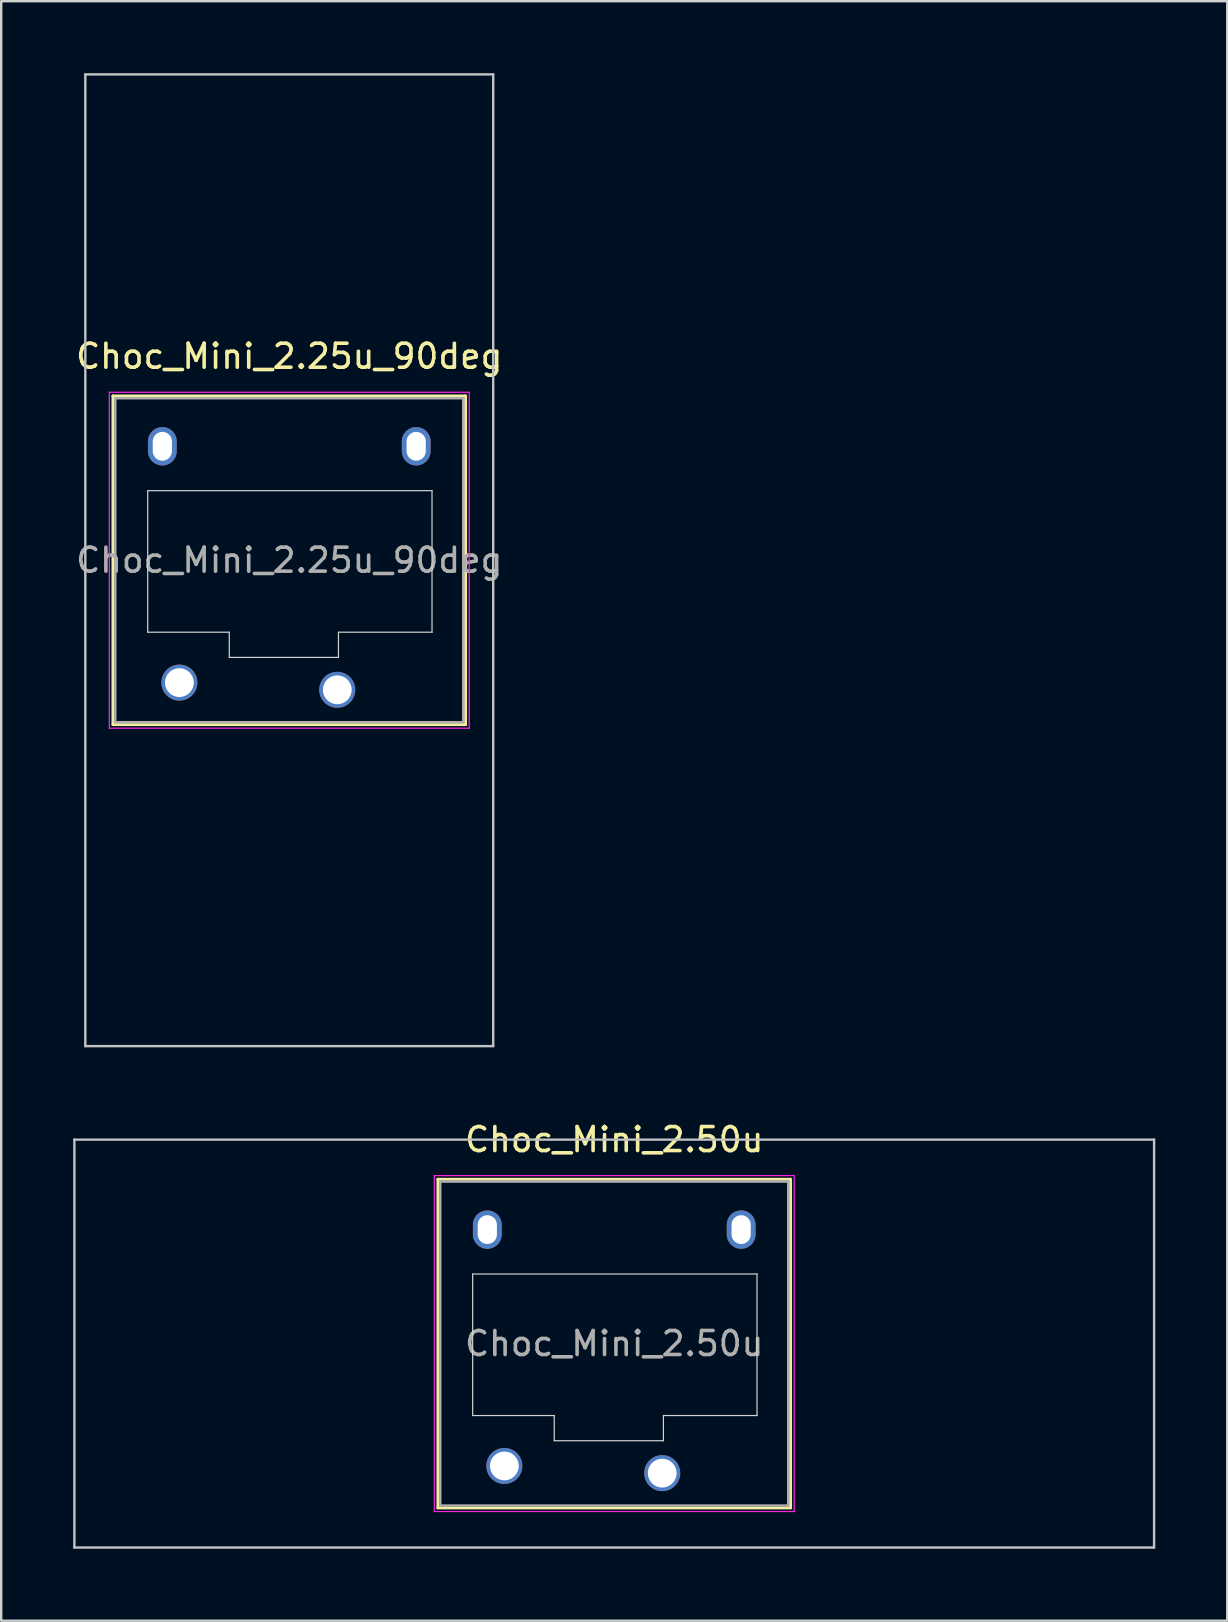
<source format=kicad_pcb>
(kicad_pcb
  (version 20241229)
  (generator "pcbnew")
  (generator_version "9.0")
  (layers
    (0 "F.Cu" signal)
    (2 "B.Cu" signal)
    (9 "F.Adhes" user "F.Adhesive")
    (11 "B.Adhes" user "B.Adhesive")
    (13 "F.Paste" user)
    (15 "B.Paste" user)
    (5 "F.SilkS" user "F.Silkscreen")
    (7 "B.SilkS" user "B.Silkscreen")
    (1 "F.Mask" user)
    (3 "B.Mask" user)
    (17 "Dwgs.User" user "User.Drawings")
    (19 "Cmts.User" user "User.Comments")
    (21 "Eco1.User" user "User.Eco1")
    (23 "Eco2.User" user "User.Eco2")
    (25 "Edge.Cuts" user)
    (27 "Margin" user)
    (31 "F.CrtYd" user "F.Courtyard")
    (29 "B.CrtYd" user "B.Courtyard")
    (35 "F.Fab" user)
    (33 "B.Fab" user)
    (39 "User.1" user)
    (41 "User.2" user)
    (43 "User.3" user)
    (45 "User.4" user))
  (footprint "Choc_Mini_2.25u_90deg"
    (layer "F.Cu")
    (at 9.006 20.3)
    (property "Reference" "Choc_Mini_2.25u_90deg" (at 0 -8.5 0) (layer "F.SilkS") (effects (font (size 1 1) (thickness 0.15))))
    (attr through_hole)
    (fp_line (start -7.35 -6.85) (end -7.35 6.85) (stroke (width 0.12) (type solid)) (layer "F.SilkS"))
    (fp_line (start -7.35 6.85) (end 7.35 6.85) (stroke (width 0.12) (type solid)) (layer "F.SilkS"))
    (fp_line (start 7.35 -6.85) (end -7.35 -6.85) (stroke (width 0.12) (type solid)) (layer "F.SilkS"))
    (fp_line (start 7.35 6.85) (end 7.35 -6.85) (stroke (width 0.12) (type solid)) (layer "F.SilkS"))
    (fp_line (start -8.5 -20.25) (end 8.5 -20.25) (stroke (width 0.1) (type solid)) (layer "Dwgs.User"))
    (fp_line (start -8.5 20.25) (end -8.5 -20.25) (stroke (width 0.1) (type solid)) (layer "Dwgs.User"))
    (fp_line (start 8.5 -20.25) (end 8.5 20.25) (stroke (width 0.1) (type solid)) (layer "Dwgs.User"))
    (fp_line (start 8.5 20.25) (end -8.5 20.25) (stroke (width 0.1) (type solid)) (layer "Dwgs.User"))
    (fp_line (start -6.85 -6.35) (end -6.85 6.35) (stroke (width 0.1) (type solid)) (layer "Eco1.User"))
    (fp_line (start -6.85 6.35) (end 6.85 6.35) (stroke (width 0.1) (type solid)) (layer "Eco1.User"))
    (fp_line (start 6.85 -6.35) (end -6.85 -6.35) (stroke (width 0.1) (type solid)) (layer "Eco1.User"))
    (fp_line (start 6.85 6.35) (end 6.85 -6.35) (stroke (width 0.1) (type solid)) (layer "Eco1.User"))
    (fp_line (start -5.9 -2.9) (end -5.9 3) (stroke (width 0.05) (type solid)) (layer "Edge.Cuts"))
    (fp_line (start -5.9 3) (end -2.5 3) (stroke (width 0.05) (type solid)) (layer "Edge.Cuts"))
    (fp_line (start -2.5 3) (end -2.5 4.05) (stroke (width 0.05) (type solid)) (layer "Edge.Cuts"))
    (fp_line (start -2.5 4.05) (end 2.05 4.05) (stroke (width 0.05) (type solid)) (layer "Edge.Cuts"))
    (fp_line (start 2.05 3) (end 5.95 3) (stroke (width 0.05) (type solid)) (layer "Edge.Cuts"))
    (fp_line (start 2.05 4.05) (end 2.05 3) (stroke (width 0.05) (type solid)) (layer "Edge.Cuts"))
    (fp_line (start 5.95 -2.9) (end -5.9 -2.9) (stroke (width 0.05) (type solid)) (layer "Edge.Cuts"))
    (fp_line (start 5.95 3) (end 5.95 -2.9) (stroke (width 0.05) (type solid)) (layer "Edge.Cuts"))
    (fp_line (start -7.5 -7) (end -7.5 7) (stroke (width 0.05) (type solid)) (layer "F.CrtYd"))
    (fp_line (start -7.5 7) (end 7.5 7) (stroke (width 0.05) (type solid)) (layer "F.CrtYd"))
    (fp_line (start 7.5 -7) (end -7.5 -7) (stroke (width 0.05) (type solid)) (layer "F.CrtYd"))
    (fp_line (start 7.5 7) (end 7.5 -7) (stroke (width 0.05) (type solid)) (layer "F.CrtYd"))
    (fp_line (start -7.25 -6.75) (end -7.25 6.75) (stroke (width 0.1) (type solid)) (layer "F.Fab"))
    (fp_line (start -7.25 6.75) (end 7.25 6.75) (stroke (width 0.1) (type solid)) (layer "F.Fab"))
    (fp_line (start 7.25 -6.75) (end -7.25 -6.75) (stroke (width 0.1) (type solid)) (layer "F.Fab"))
    (fp_line (start 7.25 6.75) (end 7.25 -6.75) (stroke (width 0.1) (type solid)) (layer "F.Fab"))
    (fp_text user "${REFERENCE}" (at 0 0 0) (layer "F.Fab") (effects (font (size 1 1) (thickness 0.15))))
    (pad "" np_thru_hole oval (at -5.29 -4.75) (size 1.2 1.6) (drill oval 0.8 1.2) (layers "*.Cu" "*.Mask"))
    (pad "" np_thru_hole oval (at 5.29 -4.75) (size 1.2 1.6) (drill oval 0.8 1.2) (layers "*.Cu" "*.Mask"))
    (pad "1" thru_hole circle (at 2 5.4) (size 1.5 1.5) (drill 1.2) (layers "*.Cu" "*.Mask"))
    (pad "2" thru_hole circle (at -4.58 5.1) (size 1.5 1.5) (drill 1.2) (layers "*.Cu" "*.Mask")))
  (footprint "Choc_Mini_2.50u"
    (layer "F.Cu")
    (at 22.55 52.948)
    (property "Reference" "Choc_Mini_2.50u" (at 0 -8.5 0) (layer "F.SilkS") (effects (font (size 1 1) (thickness 0.15))))
    (attr through_hole)
    (fp_line (start -7.35 -6.85) (end -7.35 6.85) (stroke (width 0.12) (type solid)) (layer "F.SilkS"))
    (fp_line (start -7.35 6.85) (end 7.35 6.85) (stroke (width 0.12) (type solid)) (layer "F.SilkS"))
    (fp_line (start 7.35 -6.85) (end -7.35 -6.85) (stroke (width 0.12) (type solid)) (layer "F.SilkS"))
    (fp_line (start 7.35 6.85) (end 7.35 -6.85) (stroke (width 0.12) (type solid)) (layer "F.SilkS"))
    (fp_line (start -22.5 -8.5) (end -22.5 8.5) (stroke (width 0.1) (type solid)) (layer "Dwgs.User"))
    (fp_line (start -22.5 8.5) (end 22.5 8.5) (stroke (width 0.1) (type solid)) (layer "Dwgs.User"))
    (fp_line (start 22.5 -8.5) (end -22.5 -8.5) (stroke (width 0.1) (type solid)) (layer "Dwgs.User"))
    (fp_line (start 22.5 8.5) (end 22.5 -8.5) (stroke (width 0.1) (type solid)) (layer "Dwgs.User"))
    (fp_line (start -6.85 -6.35) (end -6.85 6.35) (stroke (width 0.1) (type solid)) (layer "Eco1.User"))
    (fp_line (start -6.85 6.35) (end 6.85 6.35) (stroke (width 0.1) (type solid)) (layer "Eco1.User"))
    (fp_line (start 6.85 -6.35) (end -6.85 -6.35) (stroke (width 0.1) (type solid)) (layer "Eco1.User"))
    (fp_line (start 6.85 6.35) (end 6.85 -6.35) (stroke (width 0.1) (type solid)) (layer "Eco1.User"))
    (fp_line (start -5.9 -2.9) (end -5.9 3) (stroke (width 0.05) (type solid)) (layer "Edge.Cuts"))
    (fp_line (start -5.9 3) (end -2.5 3) (stroke (width 0.05) (type solid)) (layer "Edge.Cuts"))
    (fp_line (start -2.5 3) (end -2.5 4.05) (stroke (width 0.05) (type solid)) (layer "Edge.Cuts"))
    (fp_line (start -2.5 4.05) (end 2.05 4.05) (stroke (width 0.05) (type solid)) (layer "Edge.Cuts"))
    (fp_line (start 2.05 3) (end 5.95 3) (stroke (width 0.05) (type solid)) (layer "Edge.Cuts"))
    (fp_line (start 2.05 4.05) (end 2.05 3) (stroke (width 0.05) (type solid)) (layer "Edge.Cuts"))
    (fp_line (start 5.95 -2.9) (end -5.9 -2.9) (stroke (width 0.05) (type solid)) (layer "Edge.Cuts"))
    (fp_line (start 5.95 3) (end 5.95 -2.9) (stroke (width 0.05) (type solid)) (layer "Edge.Cuts"))
    (fp_line (start -7.5 -7) (end -7.5 7) (stroke (width 0.05) (type solid)) (layer "F.CrtYd"))
    (fp_line (start -7.5 7) (end 7.5 7) (stroke (width 0.05) (type solid)) (layer "F.CrtYd"))
    (fp_line (start 7.5 -7) (end -7.5 -7) (stroke (width 0.05) (type solid)) (layer "F.CrtYd"))
    (fp_line (start 7.5 7) (end 7.5 -7) (stroke (width 0.05) (type solid)) (layer "F.CrtYd"))
    (fp_line (start -7.25 -6.75) (end -7.25 6.75) (stroke (width 0.1) (type solid)) (layer "F.Fab"))
    (fp_line (start -7.25 6.75) (end 7.25 6.75) (stroke (width 0.1) (type solid)) (layer "F.Fab"))
    (fp_line (start 7.25 -6.75) (end -7.25 -6.75) (stroke (width 0.1) (type solid)) (layer "F.Fab"))
    (fp_line (start 7.25 6.75) (end 7.25 -6.75) (stroke (width 0.1) (type solid)) (layer "F.Fab"))
    (fp_text user "${REFERENCE}" (at 0 0 0) (layer "F.Fab") (effects (font (size 1 1) (thickness 0.15))))
    (pad "" np_thru_hole oval (at -5.29 -4.75) (size 1.2 1.6) (drill oval 0.8 1.2) (layers "*.Cu" "*.Mask"))
    (pad "" np_thru_hole oval (at 5.29 -4.75) (size 1.2 1.6) (drill oval 0.8 1.2) (layers "*.Cu" "*.Mask"))
    (pad "1" thru_hole circle (at 2 5.4) (size 1.5 1.5) (drill 1.2) (layers "*.Cu" "*.Mask"))
    (pad "2" thru_hole circle (at -4.58 5.1) (size 1.5 1.5) (drill 1.2) (layers "*.Cu" "*.Mask")))
  (gr_rect
    (start -3 -3)
    (end 48.1 64.498)
    (stroke (width 0.1) (type default))
    (fill no)
    (layer "Edge.Cuts")))
</source>
